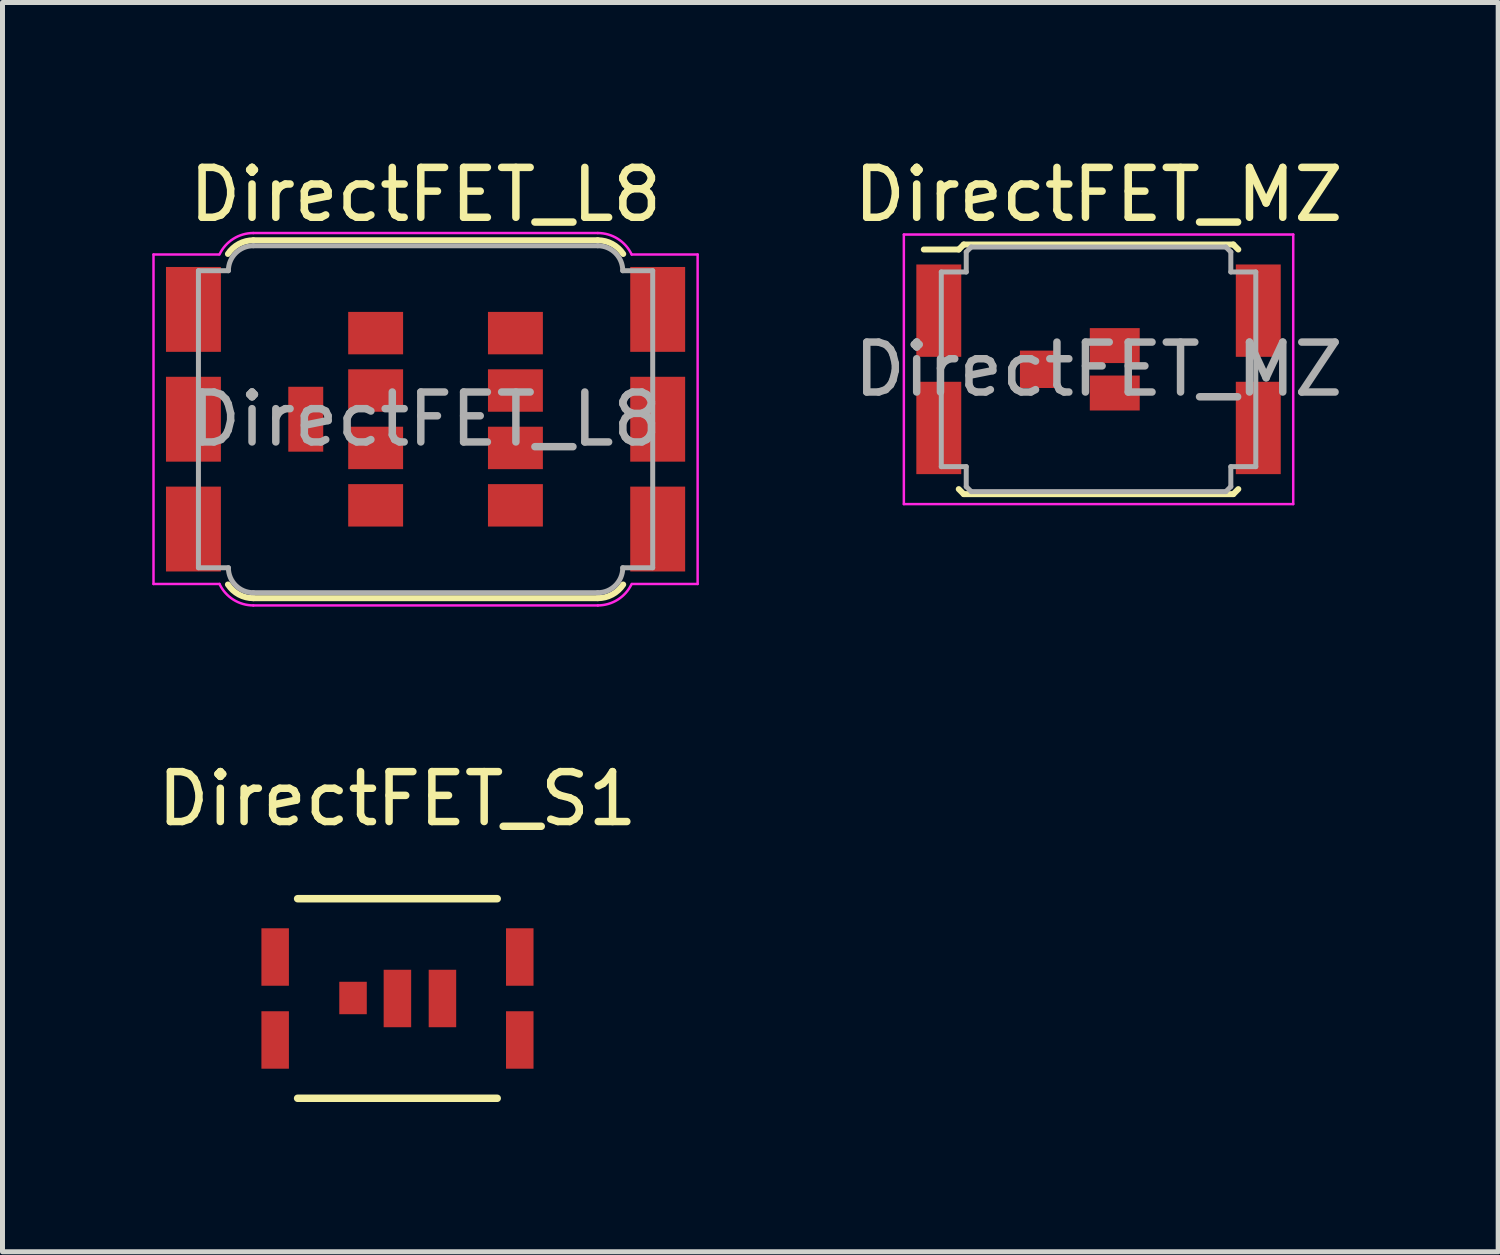
<source format=kicad_pcb>
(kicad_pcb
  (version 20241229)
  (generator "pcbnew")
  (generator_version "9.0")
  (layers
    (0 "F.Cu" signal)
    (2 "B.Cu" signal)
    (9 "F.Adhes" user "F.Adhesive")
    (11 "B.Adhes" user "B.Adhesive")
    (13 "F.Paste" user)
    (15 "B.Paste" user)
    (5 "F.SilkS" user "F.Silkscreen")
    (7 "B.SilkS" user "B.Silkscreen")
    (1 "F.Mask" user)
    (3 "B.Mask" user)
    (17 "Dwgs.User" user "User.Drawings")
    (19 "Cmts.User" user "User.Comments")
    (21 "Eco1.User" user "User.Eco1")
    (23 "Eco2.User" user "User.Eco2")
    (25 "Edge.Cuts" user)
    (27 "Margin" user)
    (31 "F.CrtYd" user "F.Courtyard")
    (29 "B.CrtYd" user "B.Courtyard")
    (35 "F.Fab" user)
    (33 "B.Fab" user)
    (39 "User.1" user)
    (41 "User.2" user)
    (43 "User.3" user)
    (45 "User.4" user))
  (footprint "DirectFET_MZ"
    (layer "F.Cu")
    (at 18.956 4.348)
    (property "Reference" "DirectFET_MZ" (at 0 -3.5 0) (layer "F.SilkS") (effects (font (size 1 1) (thickness 0.15))))
    (attr smd)
    (fp_line (start -3.5 -2.4) (end -2.8 -2.4) (stroke (width 0.12) (type solid)) (layer "F.SilkS"))
    (fp_line (start -2.8 -2.4) (end -2.7 -2.5) (stroke (width 0.12) (type solid)) (layer "F.SilkS"))
    (fp_line (start -2.7 -2.5) (end 2.7 -2.5) (stroke (width 0.12) (type solid)) (layer "F.SilkS"))
    (fp_line (start -2.7 2.5) (end -2.8 2.4) (stroke (width 0.12) (type solid)) (layer "F.SilkS"))
    (fp_line (start 2.7 -2.5) (end 2.8 -2.4) (stroke (width 0.12) (type solid)) (layer "F.SilkS"))
    (fp_line (start 2.7 2.5) (end -2.7 2.5) (stroke (width 0.12) (type solid)) (layer "F.SilkS"))
    (fp_line (start 2.8 2.4) (end 2.7 2.5) (stroke (width 0.12) (type solid)) (layer "F.SilkS"))
    (fp_line (start -3.9 -2.7) (end -3.9 2.7) (stroke (width 0.05) (type solid)) (layer "F.CrtYd"))
    (fp_line (start -3.9 2.7) (end 3.9 2.7) (stroke (width 0.05) (type solid)) (layer "F.CrtYd"))
    (fp_line (start 3.9 -2.7) (end -3.9 -2.7) (stroke (width 0.05) (type solid)) (layer "F.CrtYd"))
    (fp_line (start 3.9 2.7) (end 3.9 -2.7) (stroke (width 0.05) (type solid)) (layer "F.CrtYd"))
    (fp_line (start -3.15 -1.95) (end -2.65 -1.95) (stroke (width 0.1) (type solid)) (layer "F.Fab"))
    (fp_line (start -3.15 1.95) (end -3.15 -1.95) (stroke (width 0.1) (type solid)) (layer "F.Fab"))
    (fp_line (start -3.15 1.95) (end -2.65 1.95) (stroke (width 0.1) (type solid)) (layer "F.Fab"))
    (fp_line (start -2.65 -2.35) (end -2.55 -2.45) (stroke (width 0.1) (type solid)) (layer "F.Fab"))
    (fp_line (start -2.65 -1.95) (end -2.65 -2.35) (stroke (width 0.1) (type solid)) (layer "F.Fab"))
    (fp_line (start -2.65 1.95) (end -2.65 2.35) (stroke (width 0.1) (type solid)) (layer "F.Fab"))
    (fp_line (start -2.65 2.35) (end -2.55 2.45) (stroke (width 0.1) (type solid)) (layer "F.Fab"))
    (fp_line (start -2.55 2.45) (end 2.55 2.45) (stroke (width 0.1) (type solid)) (layer "F.Fab"))
    (fp_line (start 2.55 -2.45) (end -2.55 -2.45) (stroke (width 0.1) (type solid)) (layer "F.Fab"))
    (fp_line (start 2.55 -2.45) (end 2.65 -2.35) (stroke (width 0.1) (type solid)) (layer "F.Fab"))
    (fp_line (start 2.65 -2.35) (end 2.65 -1.95) (stroke (width 0.1) (type solid)) (layer "F.Fab"))
    (fp_line (start 2.65 -1.95) (end 3.15 -1.95) (stroke (width 0.1) (type solid)) (layer "F.Fab"))
    (fp_line (start 2.65 1.95) (end 2.65 2.35) (stroke (width 0.1) (type solid)) (layer "F.Fab"))
    (fp_line (start 2.65 2.35) (end 2.55 2.45) (stroke (width 0.1) (type solid)) (layer "F.Fab"))
    (fp_line (start 3.15 -1.95) (end 3.15 1.95) (stroke (width 0.1) (type solid)) (layer "F.Fab"))
    (fp_line (start 3.15 1.95) (end 2.65 1.95) (stroke (width 0.1) (type solid)) (layer "F.Fab"))
    (fp_text user "${REFERENCE}" (at 0 0 0) (layer "F.Fab") (effects (font (size 1 1) (thickness 0.15))))
    (pad "1" smd rect (at -3.2 -1.175) (size 0.9 1.85) (layers "F.Cu" "F.Mask" "F.Paste"))
    (pad "1" smd rect (at -3.2 1.175) (size 0.9 1.85) (layers "F.Cu" "F.Mask" "F.Paste"))
    (pad "1" smd rect (at 3.2 -1.175) (size 0.9 1.85) (layers "F.Cu" "F.Mask" "F.Paste"))
    (pad "1" smd rect (at 3.2 1.175) (size 0.9 1.85) (layers "F.Cu" "F.Mask" "F.Paste"))
    (pad "2" smd rect (at 0.325 -0.475) (size 1 0.7) (layers "F.Cu" "F.Mask" "F.Paste"))
    (pad "2" smd rect (at 0.325 0.475) (size 1 0.7) (layers "F.Cu" "F.Mask" "F.Paste"))
    (pad "3" smd rect (at -1.2 0) (size 0.749 0.749) (layers "F.Cu" "F.Mask" "F.Paste")))
  (footprint "DirectFET_S1"
    (layer "F.Cu")
    (at 4.911 16.952)
    (property "Reference" "DirectFET_S1" (at 0 -4 0) (layer "F.SilkS") (effects (font (size 1 1) (thickness 0.15))))
    (attr through_hole)
    (fp_line (start -1.999 -1.999) (end 1.999 -1.999) (stroke (width 0.15) (type solid)) (layer "F.SilkS"))
    (fp_line (start 1.999 1.999) (end -1.999 1.999) (stroke (width 0.15) (type solid)) (layer "F.SilkS"))
    (pad "1" smd rect (at 2.451 -0.831) (size 0.551 1.151) (layers "F.Cu" "F.Mask" "F.Paste"))
    (pad "2" smd rect (at 2.451 0.831) (size 0.551 1.151) (layers "F.Cu" "F.Mask" "F.Paste"))
    (pad "3" smd rect (at 0.902 0) (size 0.551 1.151) (layers "F.Cu" "F.Mask" "F.Paste"))
    (pad "4" smd rect (at 0 0) (size 0.551 1.151) (layers "F.Cu" "F.Mask" "F.Paste"))
    (pad "5" smd rect (at -0.889 -0.01) (size 0.551 0.65) (layers "F.Cu" "F.Mask" "F.Paste"))
    (pad "6" smd rect (at -2.449 -0.831) (size 0.551 1.151) (layers "F.Cu" "F.Mask" "F.Paste"))
    (pad "7" smd rect (at -2.449 0.831) (size 0.551 1.151) (layers "F.Cu" "F.Mask" "F.Paste")))
  (footprint "DirectFET_L8"
    (layer "F.Cu")
    (at 5.475 5.348)
    (property "Reference" "DirectFET_L8" (at 0 -4.5 0) (layer "F.SilkS") (effects (font (size 1 1) (thickness 0.15))))
    (attr smd)
    (fp_line (start 3.45 -3.585) (end -3.45 -3.585) (stroke (width 0.12) (type solid)) (layer "F.SilkS"))
    (fp_line (start 3.45 3.585) (end -3.45 3.585) (stroke (width 0.12) (type solid)) (layer "F.SilkS"))
    (fp_arc (start -3.959257 -3.310793) (mid -3.739194 -3.512091) (end -3.45 -3.585) (stroke (width 0.12) (type solid)) (layer "F.SilkS"))
    (fp_arc (start -3.45 3.585) (mid -3.739194 3.512091) (end -3.959257 3.310793) (stroke (width 0.12) (type solid)) (layer "F.SilkS"))
    (fp_arc (start 3.45 -3.585) (mid 3.739502 -3.511925) (end 3.959642 -3.310209) (stroke (width 0.12) (type solid)) (layer "F.SilkS"))
    (fp_arc (start 3.959257 3.310793) (mid 3.739194 3.512091) (end 3.45 3.585) (stroke (width 0.12) (type solid)) (layer "F.SilkS"))
    (fp_line (start -5.45 -3.3) (end -5.45 3.3) (stroke (width 0.05) (type solid)) (layer "F.CrtYd"))
    (fp_line (start -4.14 -3.3) (end -5.45 -3.3) (stroke (width 0.05) (type solid)) (layer "F.CrtYd"))
    (fp_line (start -4.13 3.3) (end -5.45 3.3) (stroke (width 0.05) (type solid)) (layer "F.CrtYd"))
    (fp_line (start 3.45 -3.73) (end -3.45 -3.73) (stroke (width 0.05) (type solid)) (layer "F.CrtYd"))
    (fp_line (start 3.45 3.73) (end -3.45 3.73) (stroke (width 0.05) (type solid)) (layer "F.CrtYd"))
    (fp_line (start 4.13 -3.3) (end 5.45 -3.3) (stroke (width 0.05) (type solid)) (layer "F.CrtYd"))
    (fp_line (start 4.14 3.3) (end 5.45 3.3) (stroke (width 0.05) (type solid)) (layer "F.CrtYd"))
    (fp_line (start 5.45 -3.3) (end 5.45 3.3) (stroke (width 0.05) (type solid)) (layer "F.CrtYd"))
    (fp_arc (start -4.128062 -3.300518) (mid -3.851317 -3.613596) (end -3.45 -3.73) (stroke (width 0.05) (type solid)) (layer "F.CrtYd"))
    (fp_arc (start -3.45 3.73) (mid -3.851864 3.61325) (end -4.128614 3.299347) (stroke (width 0.05) (type solid)) (layer "F.CrtYd"))
    (fp_arc (start 3.45 -3.73) (mid 3.851864 -3.61325) (end 4.128614 -3.299347) (stroke (width 0.05) (type solid)) (layer "F.CrtYd"))
    (fp_arc (start 4.128062 3.300518) (mid 3.851317 3.613596) (end 3.45 3.73) (stroke (width 0.05) (type solid)) (layer "F.CrtYd"))
    (fp_line (start -4.55 -2.975) (end -4.55 2.975) (stroke (width 0.1) (type solid)) (layer "F.Fab"))
    (fp_line (start -4.55 -2.975) (end -3.95 -2.975) (stroke (width 0.1) (type solid)) (layer "F.Fab"))
    (fp_line (start -4.55 2.975) (end -3.95 2.975) (stroke (width 0.1) (type solid)) (layer "F.Fab"))
    (fp_line (start 3.45 -3.475) (end -3.45 -3.475) (stroke (width 0.1) (type solid)) (layer "F.Fab"))
    (fp_line (start 3.45 3.475) (end -3.45 3.475) (stroke (width 0.1) (type solid)) (layer "F.Fab"))
    (fp_line (start 4.55 -2.975) (end 3.95 -2.975) (stroke (width 0.1) (type solid)) (layer "F.Fab"))
    (fp_line (start 4.55 -2.975) (end 4.55 2.975) (stroke (width 0.1) (type solid)) (layer "F.Fab"))
    (fp_line (start 4.55 2.975) (end 3.95 2.975) (stroke (width 0.1) (type solid)) (layer "F.Fab"))
    (fp_arc (start -3.95 -2.975) (mid -3.803553 -3.328553) (end -3.45 -3.475) (stroke (width 0.1) (type solid)) (layer "F.Fab"))
    (fp_arc (start -3.45 3.475) (mid -3.803553 3.328553) (end -3.95 2.975) (stroke (width 0.1) (type solid)) (layer "F.Fab"))
    (fp_arc (start 3.45 -3.475) (mid 3.803553 -3.328553) (end 3.95 -2.975) (stroke (width 0.1) (type solid)) (layer "F.Fab"))
    (fp_arc (start 3.95 2.975) (mid 3.803553 3.328553) (end 3.45 3.475) (stroke (width 0.1) (type solid)) (layer "F.Fab"))
    (fp_text user "${REFERENCE}" (at 0 0 0) (layer "F.Fab") (effects (font (size 1 1) (thickness 0.15))))
    (pad "1" smd rect (at -4.65 -2.2) (size 1.1 1.7) (layers "F.Cu" "F.Mask" "F.Paste"))
    (pad "1" smd rect (at -4.65 0) (size 1.1 1.7) (layers "F.Cu" "F.Mask" "F.Paste"))
    (pad "1" smd rect (at -4.65 2.2) (size 1.1 1.7) (layers "F.Cu" "F.Mask" "F.Paste"))
    (pad "1" smd rect (at 4.65 -2.2) (size 1.1 1.7) (layers "F.Cu" "F.Mask" "F.Paste"))
    (pad "1" smd rect (at 4.65 0) (size 1.1 1.7) (layers "F.Cu" "F.Mask" "F.Paste"))
    (pad "1" smd rect (at 4.65 2.2) (size 1.1 1.7) (layers "F.Cu" "F.Mask" "F.Paste"))
    (pad "2" smd rect (at -1 -1.725) (size 1.1 0.85) (layers "F.Cu" "F.Mask" "F.Paste"))
    (pad "2" smd rect (at -1 -0.575) (size 1.1 0.85) (layers "F.Cu" "F.Mask" "F.Paste"))
    (pad "2" smd rect (at -1 0.575) (size 1.1 0.85) (layers "F.Cu" "F.Mask" "F.Paste"))
    (pad "2" smd rect (at -1 1.725) (size 1.1 0.85) (layers "F.Cu" "F.Mask" "F.Paste"))
    (pad "2" smd rect (at 1.8 -1.725) (size 1.1 0.85) (layers "F.Cu" "F.Mask" "F.Paste"))
    (pad "2" smd rect (at 1.8 -0.575) (size 1.1 0.85) (layers "F.Cu" "F.Mask" "F.Paste"))
    (pad "2" smd rect (at 1.8 0.575) (size 1.1 0.85) (layers "F.Cu" "F.Mask" "F.Paste"))
    (pad "2" smd rect (at 1.8 1.725) (size 1.1 0.85) (layers "F.Cu" "F.Mask" "F.Paste"))
    (pad "3" smd rect (at -2.4 0) (size 0.7 1.3) (layers "F.Cu" "F.Mask" "F.Paste")))
  (gr_rect
    (start -3 -3)
    (end 26.962 22.026)
    (stroke (width 0.1) (type default))
    (fill no)
    (layer "Edge.Cuts")))
</source>
